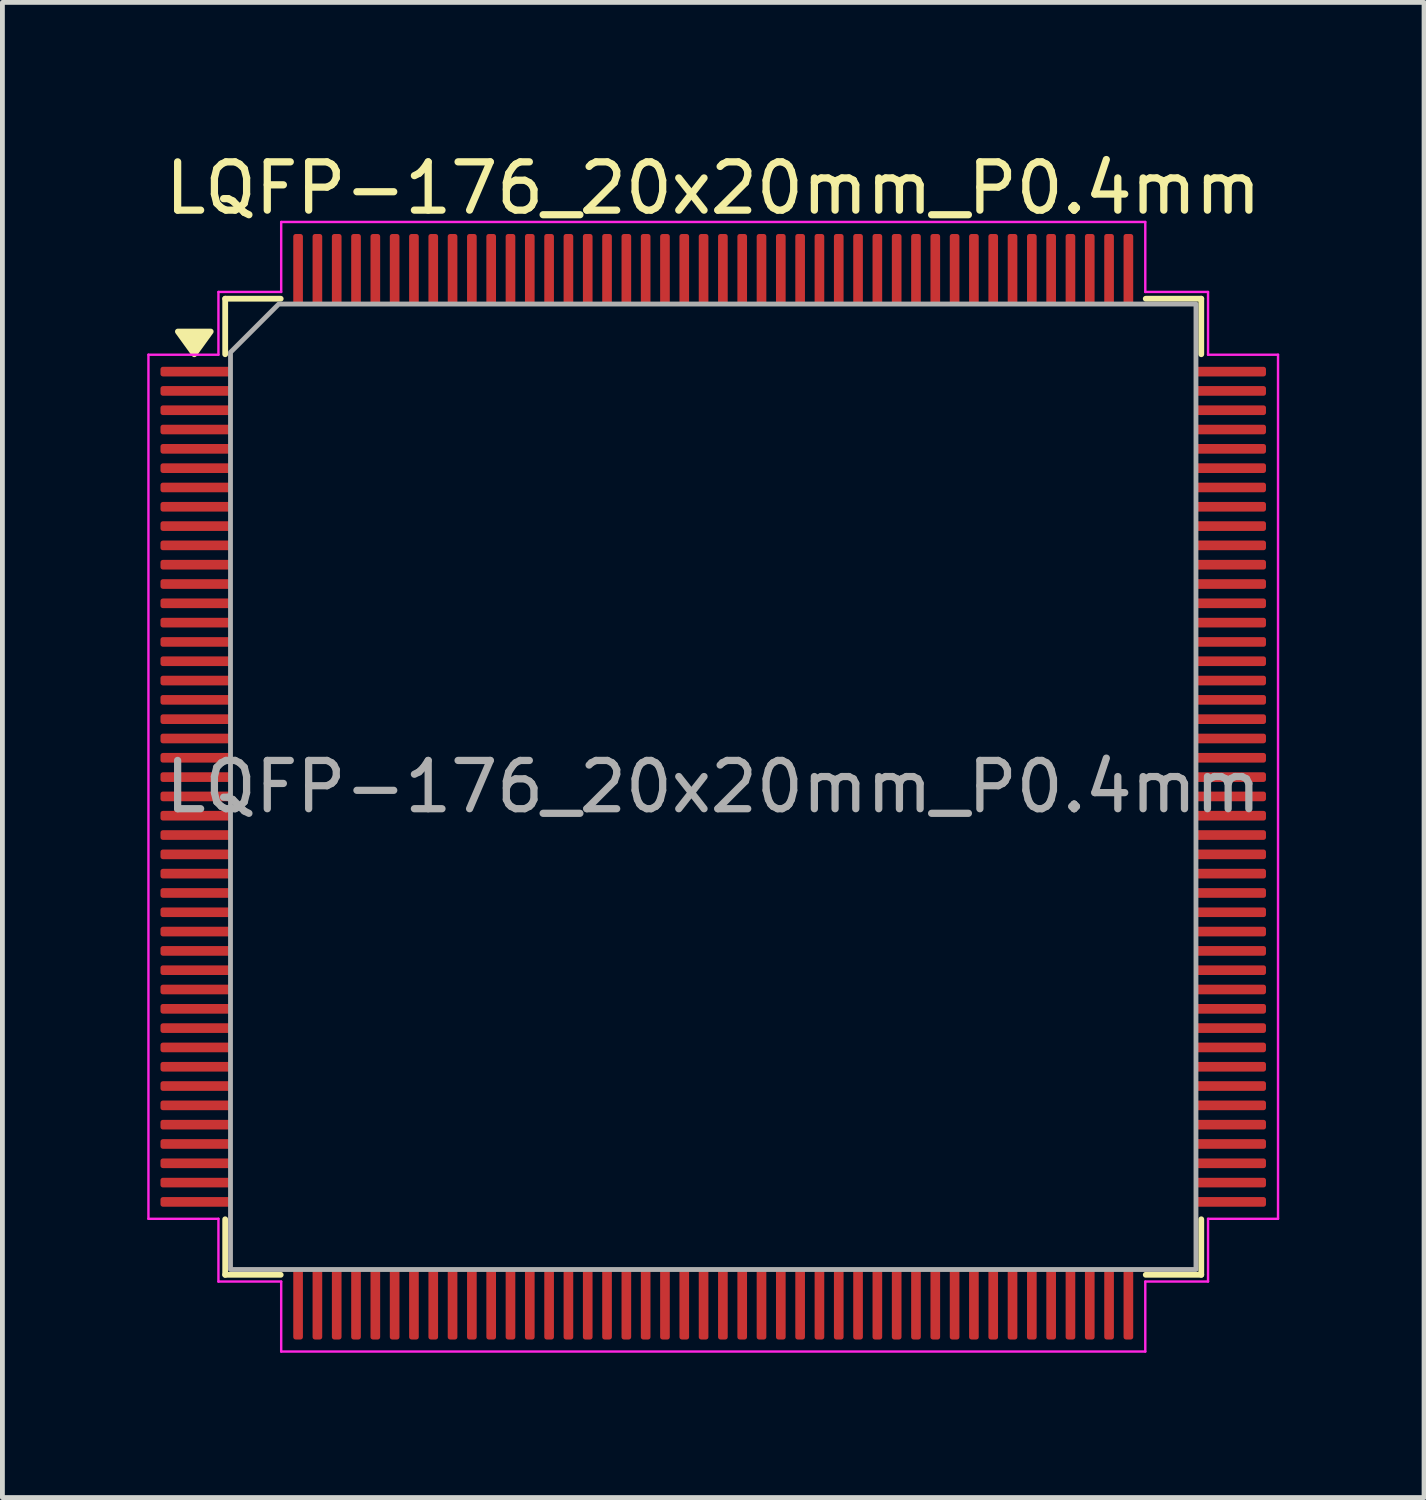
<source format=kicad_pcb>
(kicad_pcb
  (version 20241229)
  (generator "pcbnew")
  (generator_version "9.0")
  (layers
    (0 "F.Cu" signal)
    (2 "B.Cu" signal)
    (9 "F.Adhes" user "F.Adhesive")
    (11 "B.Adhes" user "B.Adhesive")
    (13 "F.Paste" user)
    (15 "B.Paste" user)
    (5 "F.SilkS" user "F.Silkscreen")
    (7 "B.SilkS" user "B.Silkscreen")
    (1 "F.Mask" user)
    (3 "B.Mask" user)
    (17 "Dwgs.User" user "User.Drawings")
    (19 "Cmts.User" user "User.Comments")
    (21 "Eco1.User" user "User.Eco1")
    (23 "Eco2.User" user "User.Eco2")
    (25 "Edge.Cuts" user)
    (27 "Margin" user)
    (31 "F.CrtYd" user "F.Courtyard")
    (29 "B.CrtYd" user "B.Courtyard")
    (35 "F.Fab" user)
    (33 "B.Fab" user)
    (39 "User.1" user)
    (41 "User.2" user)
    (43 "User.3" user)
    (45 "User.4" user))
  (footprint "LQFP-176_20x20mm_P0.4mm"
    (layer "F.Cu")
    (at 11.725 13.248)
    (property "Reference" "LQFP-176_20x20mm_P0.4mm" (at 0 -12.4 0) (layer "F.SilkS") (effects (font (size 1 1) (thickness 0.15))))
    (attr smd)
    (fp_line (start -10.11 -10.11) (end -8.96 -10.11) (stroke (width 0.12) (type solid)) (layer "F.SilkS"))
    (fp_line (start -10.11 -8.96) (end -10.11 -10.11) (stroke (width 0.12) (type solid)) (layer "F.SilkS"))
    (fp_line (start -10.11 10.11) (end -10.11 8.96) (stroke (width 0.12) (type solid)) (layer "F.SilkS"))
    (fp_line (start -8.96 10.11) (end -10.11 10.11) (stroke (width 0.12) (type solid)) (layer "F.SilkS"))
    (fp_line (start 8.96 -10.11) (end 10.11 -10.11) (stroke (width 0.12) (type solid)) (layer "F.SilkS"))
    (fp_line (start 10.11 -10.11) (end 10.11 -8.96) (stroke (width 0.12) (type solid)) (layer "F.SilkS"))
    (fp_line (start 10.11 8.96) (end 10.11 10.11) (stroke (width 0.12) (type solid)) (layer "F.SilkS"))
    (fp_line (start 10.11 10.11) (end 8.96 10.11) (stroke (width 0.12) (type solid)) (layer "F.SilkS"))
    (fp_poly (pts (xy -10.75 -8.96) (xy -11.09 -9.43) (xy -10.41 -9.43)) (stroke (width 0.12) (type solid)) (fill yes) (layer "F.SilkS"))
    (fp_line (start -11.7 -8.95) (end -10.25 -8.95) (stroke (width 0.05) (type solid)) (layer "F.CrtYd"))
    (fp_line (start -11.7 8.95) (end -11.7 -8.95) (stroke (width 0.05) (type solid)) (layer "F.CrtYd"))
    (fp_line (start -10.25 -10.25) (end -8.95 -10.25) (stroke (width 0.05) (type solid)) (layer "F.CrtYd"))
    (fp_line (start -10.25 -8.95) (end -10.25 -10.25) (stroke (width 0.05) (type solid)) (layer "F.CrtYd"))
    (fp_line (start -10.25 8.95) (end -11.7 8.95) (stroke (width 0.05) (type solid)) (layer "F.CrtYd"))
    (fp_line (start -10.25 10.25) (end -10.25 8.95) (stroke (width 0.05) (type solid)) (layer "F.CrtYd"))
    (fp_line (start -8.95 -11.7) (end 8.95 -11.7) (stroke (width 0.05) (type solid)) (layer "F.CrtYd"))
    (fp_line (start -8.95 -10.25) (end -8.95 -11.7) (stroke (width 0.05) (type solid)) (layer "F.CrtYd"))
    (fp_line (start -8.95 10.25) (end -10.25 10.25) (stroke (width 0.05) (type solid)) (layer "F.CrtYd"))
    (fp_line (start -8.95 11.7) (end -8.95 10.25) (stroke (width 0.05) (type solid)) (layer "F.CrtYd"))
    (fp_line (start 8.95 -11.7) (end 8.95 -10.25) (stroke (width 0.05) (type solid)) (layer "F.CrtYd"))
    (fp_line (start 8.95 -10.25) (end 10.25 -10.25) (stroke (width 0.05) (type solid)) (layer "F.CrtYd"))
    (fp_line (start 8.95 10.25) (end 8.95 11.7) (stroke (width 0.05) (type solid)) (layer "F.CrtYd"))
    (fp_line (start 8.95 11.7) (end -8.95 11.7) (stroke (width 0.05) (type solid)) (layer "F.CrtYd"))
    (fp_line (start 10.25 -10.25) (end 10.25 -8.95) (stroke (width 0.05) (type solid)) (layer "F.CrtYd"))
    (fp_line (start 10.25 -8.95) (end 11.7 -8.95) (stroke (width 0.05) (type solid)) (layer "F.CrtYd"))
    (fp_line (start 10.25 8.95) (end 10.25 10.25) (stroke (width 0.05) (type solid)) (layer "F.CrtYd"))
    (fp_line (start 10.25 10.25) (end 8.95 10.25) (stroke (width 0.05) (type solid)) (layer "F.CrtYd"))
    (fp_line (start 11.7 -8.95) (end 11.7 8.95) (stroke (width 0.05) (type solid)) (layer "F.CrtYd"))
    (fp_line (start 11.7 8.95) (end 10.25 8.95) (stroke (width 0.05) (type solid)) (layer "F.CrtYd"))
    (fp_poly (pts (xy -10 -9) (xy -10 10) (xy 10 10) (xy 10 -10) (xy -9 -10)) (stroke (width 0.1) (type solid)) (fill no) (layer "F.Fab"))
    (fp_text user "${REFERENCE}" (at 0 0 0) (layer "F.Fab") (effects (font (size 1 1) (thickness 0.15))))
    (pad "1" smd roundrect (at -10.713 -8.6) (size 1.475 0.2) (layers "F.Cu" "F.Mask" "F.Paste") (roundrect_rratio 0.25))
    (pad "2" smd roundrect (at -10.713 -8.2) (size 1.475 0.2) (layers "F.Cu" "F.Mask" "F.Paste") (roundrect_rratio 0.25))
    (pad "3" smd roundrect (at -10.713 -7.8) (size 1.475 0.2) (layers "F.Cu" "F.Mask" "F.Paste") (roundrect_rratio 0.25))
    (pad "4" smd roundrect (at -10.713 -7.4) (size 1.475 0.2) (layers "F.Cu" "F.Mask" "F.Paste") (roundrect_rratio 0.25))
    (pad "5" smd roundrect (at -10.713 -7) (size 1.475 0.2) (layers "F.Cu" "F.Mask" "F.Paste") (roundrect_rratio 0.25))
    (pad "6" smd roundrect (at -10.713 -6.6) (size 1.475 0.2) (layers "F.Cu" "F.Mask" "F.Paste") (roundrect_rratio 0.25))
    (pad "7" smd roundrect (at -10.713 -6.2) (size 1.475 0.2) (layers "F.Cu" "F.Mask" "F.Paste") (roundrect_rratio 0.25))
    (pad "8" smd roundrect (at -10.713 -5.8) (size 1.475 0.2) (layers "F.Cu" "F.Mask" "F.Paste") (roundrect_rratio 0.25))
    (pad "9" smd roundrect (at -10.713 -5.4) (size 1.475 0.2) (layers "F.Cu" "F.Mask" "F.Paste") (roundrect_rratio 0.25))
    (pad "10" smd roundrect (at -10.713 -5) (size 1.475 0.2) (layers "F.Cu" "F.Mask" "F.Paste") (roundrect_rratio 0.25))
    (pad "11" smd roundrect (at -10.713 -4.6) (size 1.475 0.2) (layers "F.Cu" "F.Mask" "F.Paste") (roundrect_rratio 0.25))
    (pad "12" smd roundrect (at -10.713 -4.2) (size 1.475 0.2) (layers "F.Cu" "F.Mask" "F.Paste") (roundrect_rratio 0.25))
    (pad "13" smd roundrect (at -10.713 -3.8) (size 1.475 0.2) (layers "F.Cu" "F.Mask" "F.Paste") (roundrect_rratio 0.25))
    (pad "14" smd roundrect (at -10.713 -3.4) (size 1.475 0.2) (layers "F.Cu" "F.Mask" "F.Paste") (roundrect_rratio 0.25))
    (pad "15" smd roundrect (at -10.713 -3) (size 1.475 0.2) (layers "F.Cu" "F.Mask" "F.Paste") (roundrect_rratio 0.25))
    (pad "16" smd roundrect (at -10.713 -2.6) (size 1.475 0.2) (layers "F.Cu" "F.Mask" "F.Paste") (roundrect_rratio 0.25))
    (pad "17" smd roundrect (at -10.713 -2.2) (size 1.475 0.2) (layers "F.Cu" "F.Mask" "F.Paste") (roundrect_rratio 0.25))
    (pad "18" smd roundrect (at -10.713 -1.8) (size 1.475 0.2) (layers "F.Cu" "F.Mask" "F.Paste") (roundrect_rratio 0.25))
    (pad "19" smd roundrect (at -10.713 -1.4) (size 1.475 0.2) (layers "F.Cu" "F.Mask" "F.Paste") (roundrect_rratio 0.25))
    (pad "20" smd roundrect (at -10.713 -1) (size 1.475 0.2) (layers "F.Cu" "F.Mask" "F.Paste") (roundrect_rratio 0.25))
    (pad "21" smd roundrect (at -10.713 -0.6) (size 1.475 0.2) (layers "F.Cu" "F.Mask" "F.Paste") (roundrect_rratio 0.25))
    (pad "22" smd roundrect (at -10.713 -0.2) (size 1.475 0.2) (layers "F.Cu" "F.Mask" "F.Paste") (roundrect_rratio 0.25))
    (pad "23" smd roundrect (at -10.713 0.2) (size 1.475 0.2) (layers "F.Cu" "F.Mask" "F.Paste") (roundrect_rratio 0.25))
    (pad "24" smd roundrect (at -10.713 0.6) (size 1.475 0.2) (layers "F.Cu" "F.Mask" "F.Paste") (roundrect_rratio 0.25))
    (pad "25" smd roundrect (at -10.713 1) (size 1.475 0.2) (layers "F.Cu" "F.Mask" "F.Paste") (roundrect_rratio 0.25))
    (pad "26" smd roundrect (at -10.713 1.4) (size 1.475 0.2) (layers "F.Cu" "F.Mask" "F.Paste") (roundrect_rratio 0.25))
    (pad "27" smd roundrect (at -10.713 1.8) (size 1.475 0.2) (layers "F.Cu" "F.Mask" "F.Paste") (roundrect_rratio 0.25))
    (pad "28" smd roundrect (at -10.713 2.2) (size 1.475 0.2) (layers "F.Cu" "F.Mask" "F.Paste") (roundrect_rratio 0.25))
    (pad "29" smd roundrect (at -10.713 2.6) (size 1.475 0.2) (layers "F.Cu" "F.Mask" "F.Paste") (roundrect_rratio 0.25))
    (pad "30" smd roundrect (at -10.713 3) (size 1.475 0.2) (layers "F.Cu" "F.Mask" "F.Paste") (roundrect_rratio 0.25))
    (pad "31" smd roundrect (at -10.713 3.4) (size 1.475 0.2) (layers "F.Cu" "F.Mask" "F.Paste") (roundrect_rratio 0.25))
    (pad "32" smd roundrect (at -10.713 3.8) (size 1.475 0.2) (layers "F.Cu" "F.Mask" "F.Paste") (roundrect_rratio 0.25))
    (pad "33" smd roundrect (at -10.713 4.2) (size 1.475 0.2) (layers "F.Cu" "F.Mask" "F.Paste") (roundrect_rratio 0.25))
    (pad "34" smd roundrect (at -10.713 4.6) (size 1.475 0.2) (layers "F.Cu" "F.Mask" "F.Paste") (roundrect_rratio 0.25))
    (pad "35" smd roundrect (at -10.713 5) (size 1.475 0.2) (layers "F.Cu" "F.Mask" "F.Paste") (roundrect_rratio 0.25))
    (pad "36" smd roundrect (at -10.713 5.4) (size 1.475 0.2) (layers "F.Cu" "F.Mask" "F.Paste") (roundrect_rratio 0.25))
    (pad "37" smd roundrect (at -10.713 5.8) (size 1.475 0.2) (layers "F.Cu" "F.Mask" "F.Paste") (roundrect_rratio 0.25))
    (pad "38" smd roundrect (at -10.713 6.2) (size 1.475 0.2) (layers "F.Cu" "F.Mask" "F.Paste") (roundrect_rratio 0.25))
    (pad "39" smd roundrect (at -10.713 6.6) (size 1.475 0.2) (layers "F.Cu" "F.Mask" "F.Paste") (roundrect_rratio 0.25))
    (pad "40" smd roundrect (at -10.713 7) (size 1.475 0.2) (layers "F.Cu" "F.Mask" "F.Paste") (roundrect_rratio 0.25))
    (pad "41" smd roundrect (at -10.713 7.4) (size 1.475 0.2) (layers "F.Cu" "F.Mask" "F.Paste") (roundrect_rratio 0.25))
    (pad "42" smd roundrect (at -10.713 7.8) (size 1.475 0.2) (layers "F.Cu" "F.Mask" "F.Paste") (roundrect_rratio 0.25))
    (pad "43" smd roundrect (at -10.713 8.2) (size 1.475 0.2) (layers "F.Cu" "F.Mask" "F.Paste") (roundrect_rratio 0.25))
    (pad "44" smd roundrect (at -10.713 8.6) (size 1.475 0.2) (layers "F.Cu" "F.Mask" "F.Paste") (roundrect_rratio 0.25))
    (pad "45" smd roundrect (at -8.6 10.713) (size 0.2 1.475) (layers "F.Cu" "F.Mask" "F.Paste") (roundrect_rratio 0.25))
    (pad "46" smd roundrect (at -8.2 10.713) (size 0.2 1.475) (layers "F.Cu" "F.Mask" "F.Paste") (roundrect_rratio 0.25))
    (pad "47" smd roundrect (at -7.8 10.713) (size 0.2 1.475) (layers "F.Cu" "F.Mask" "F.Paste") (roundrect_rratio 0.25))
    (pad "48" smd roundrect (at -7.4 10.713) (size 0.2 1.475) (layers "F.Cu" "F.Mask" "F.Paste") (roundrect_rratio 0.25))
    (pad "49" smd roundrect (at -7 10.713) (size 0.2 1.475) (layers "F.Cu" "F.Mask" "F.Paste") (roundrect_rratio 0.25))
    (pad "50" smd roundrect (at -6.6 10.713) (size 0.2 1.475) (layers "F.Cu" "F.Mask" "F.Paste") (roundrect_rratio 0.25))
    (pad "51" smd roundrect (at -6.2 10.713) (size 0.2 1.475) (layers "F.Cu" "F.Mask" "F.Paste") (roundrect_rratio 0.25))
    (pad "52" smd roundrect (at -5.8 10.713) (size 0.2 1.475) (layers "F.Cu" "F.Mask" "F.Paste") (roundrect_rratio 0.25))
    (pad "53" smd roundrect (at -5.4 10.713) (size 0.2 1.475) (layers "F.Cu" "F.Mask" "F.Paste") (roundrect_rratio 0.25))
    (pad "54" smd roundrect (at -5 10.713) (size 0.2 1.475) (layers "F.Cu" "F.Mask" "F.Paste") (roundrect_rratio 0.25))
    (pad "55" smd roundrect (at -4.6 10.713) (size 0.2 1.475) (layers "F.Cu" "F.Mask" "F.Paste") (roundrect_rratio 0.25))
    (pad "56" smd roundrect (at -4.2 10.713) (size 0.2 1.475) (layers "F.Cu" "F.Mask" "F.Paste") (roundrect_rratio 0.25))
    (pad "57" smd roundrect (at -3.8 10.713) (size 0.2 1.475) (layers "F.Cu" "F.Mask" "F.Paste") (roundrect_rratio 0.25))
    (pad "58" smd roundrect (at -3.4 10.713) (size 0.2 1.475) (layers "F.Cu" "F.Mask" "F.Paste") (roundrect_rratio 0.25))
    (pad "59" smd roundrect (at -3 10.713) (size 0.2 1.475) (layers "F.Cu" "F.Mask" "F.Paste") (roundrect_rratio 0.25))
    (pad "60" smd roundrect (at -2.6 10.713) (size 0.2 1.475) (layers "F.Cu" "F.Mask" "F.Paste") (roundrect_rratio 0.25))
    (pad "61" smd roundrect (at -2.2 10.713) (size 0.2 1.475) (layers "F.Cu" "F.Mask" "F.Paste") (roundrect_rratio 0.25))
    (pad "62" smd roundrect (at -1.8 10.713) (size 0.2 1.475) (layers "F.Cu" "F.Mask" "F.Paste") (roundrect_rratio 0.25))
    (pad "63" smd roundrect (at -1.4 10.713) (size 0.2 1.475) (layers "F.Cu" "F.Mask" "F.Paste") (roundrect_rratio 0.25))
    (pad "64" smd roundrect (at -1 10.713) (size 0.2 1.475) (layers "F.Cu" "F.Mask" "F.Paste") (roundrect_rratio 0.25))
    (pad "65" smd roundrect (at -0.6 10.713) (size 0.2 1.475) (layers "F.Cu" "F.Mask" "F.Paste") (roundrect_rratio 0.25))
    (pad "66" smd roundrect (at -0.2 10.713) (size 0.2 1.475) (layers "F.Cu" "F.Mask" "F.Paste") (roundrect_rratio 0.25))
    (pad "67" smd roundrect (at 0.2 10.713) (size 0.2 1.475) (layers "F.Cu" "F.Mask" "F.Paste") (roundrect_rratio 0.25))
    (pad "68" smd roundrect (at 0.6 10.713) (size 0.2 1.475) (layers "F.Cu" "F.Mask" "F.Paste") (roundrect_rratio 0.25))
    (pad "69" smd roundrect (at 1 10.713) (size 0.2 1.475) (layers "F.Cu" "F.Mask" "F.Paste") (roundrect_rratio 0.25))
    (pad "70" smd roundrect (at 1.4 10.713) (size 0.2 1.475) (layers "F.Cu" "F.Mask" "F.Paste") (roundrect_rratio 0.25))
    (pad "71" smd roundrect (at 1.8 10.713) (size 0.2 1.475) (layers "F.Cu" "F.Mask" "F.Paste") (roundrect_rratio 0.25))
    (pad "72" smd roundrect (at 2.2 10.713) (size 0.2 1.475) (layers "F.Cu" "F.Mask" "F.Paste") (roundrect_rratio 0.25))
    (pad "73" smd roundrect (at 2.6 10.713) (size 0.2 1.475) (layers "F.Cu" "F.Mask" "F.Paste") (roundrect_rratio 0.25))
    (pad "74" smd roundrect (at 3 10.713) (size 0.2 1.475) (layers "F.Cu" "F.Mask" "F.Paste") (roundrect_rratio 0.25))
    (pad "75" smd roundrect (at 3.4 10.713) (size 0.2 1.475) (layers "F.Cu" "F.Mask" "F.Paste") (roundrect_rratio 0.25))
    (pad "76" smd roundrect (at 3.8 10.713) (size 0.2 1.475) (layers "F.Cu" "F.Mask" "F.Paste") (roundrect_rratio 0.25))
    (pad "77" smd roundrect (at 4.2 10.713) (size 0.2 1.475) (layers "F.Cu" "F.Mask" "F.Paste") (roundrect_rratio 0.25))
    (pad "78" smd roundrect (at 4.6 10.713) (size 0.2 1.475) (layers "F.Cu" "F.Mask" "F.Paste") (roundrect_rratio 0.25))
    (pad "79" smd roundrect (at 5 10.713) (size 0.2 1.475) (layers "F.Cu" "F.Mask" "F.Paste") (roundrect_rratio 0.25))
    (pad "80" smd roundrect (at 5.4 10.713) (size 0.2 1.475) (layers "F.Cu" "F.Mask" "F.Paste") (roundrect_rratio 0.25))
    (pad "81" smd roundrect (at 5.8 10.713) (size 0.2 1.475) (layers "F.Cu" "F.Mask" "F.Paste") (roundrect_rratio 0.25))
    (pad "82" smd roundrect (at 6.2 10.713) (size 0.2 1.475) (layers "F.Cu" "F.Mask" "F.Paste") (roundrect_rratio 0.25))
    (pad "83" smd roundrect (at 6.6 10.713) (size 0.2 1.475) (layers "F.Cu" "F.Mask" "F.Paste") (roundrect_rratio 0.25))
    (pad "84" smd roundrect (at 7 10.713) (size 0.2 1.475) (layers "F.Cu" "F.Mask" "F.Paste") (roundrect_rratio 0.25))
    (pad "85" smd roundrect (at 7.4 10.713) (size 0.2 1.475) (layers "F.Cu" "F.Mask" "F.Paste") (roundrect_rratio 0.25))
    (pad "86" smd roundrect (at 7.8 10.713) (size 0.2 1.475) (layers "F.Cu" "F.Mask" "F.Paste") (roundrect_rratio 0.25))
    (pad "87" smd roundrect (at 8.2 10.713) (size 0.2 1.475) (layers "F.Cu" "F.Mask" "F.Paste") (roundrect_rratio 0.25))
    (pad "88" smd roundrect (at 8.6 10.713) (size 0.2 1.475) (layers "F.Cu" "F.Mask" "F.Paste") (roundrect_rratio 0.25))
    (pad "89" smd roundrect (at 10.713 8.6) (size 1.475 0.2) (layers "F.Cu" "F.Mask" "F.Paste") (roundrect_rratio 0.25))
    (pad "90" smd roundrect (at 10.713 8.2) (size 1.475 0.2) (layers "F.Cu" "F.Mask" "F.Paste") (roundrect_rratio 0.25))
    (pad "91" smd roundrect (at 10.713 7.8) (size 1.475 0.2) (layers "F.Cu" "F.Mask" "F.Paste") (roundrect_rratio 0.25))
    (pad "92" smd roundrect (at 10.713 7.4) (size 1.475 0.2) (layers "F.Cu" "F.Mask" "F.Paste") (roundrect_rratio 0.25))
    (pad "93" smd roundrect (at 10.713 7) (size 1.475 0.2) (layers "F.Cu" "F.Mask" "F.Paste") (roundrect_rratio 0.25))
    (pad "94" smd roundrect (at 10.713 6.6) (size 1.475 0.2) (layers "F.Cu" "F.Mask" "F.Paste") (roundrect_rratio 0.25))
    (pad "95" smd roundrect (at 10.713 6.2) (size 1.475 0.2) (layers "F.Cu" "F.Mask" "F.Paste") (roundrect_rratio 0.25))
    (pad "96" smd roundrect (at 10.713 5.8) (size 1.475 0.2) (layers "F.Cu" "F.Mask" "F.Paste") (roundrect_rratio 0.25))
    (pad "97" smd roundrect (at 10.713 5.4) (size 1.475 0.2) (layers "F.Cu" "F.Mask" "F.Paste") (roundrect_rratio 0.25))
    (pad "98" smd roundrect (at 10.713 5) (size 1.475 0.2) (layers "F.Cu" "F.Mask" "F.Paste") (roundrect_rratio 0.25))
    (pad "99" smd roundrect (at 10.713 4.6) (size 1.475 0.2) (layers "F.Cu" "F.Mask" "F.Paste") (roundrect_rratio 0.25))
    (pad "100" smd roundrect (at 10.713 4.2) (size 1.475 0.2) (layers "F.Cu" "F.Mask" "F.Paste") (roundrect_rratio 0.25))
    (pad "101" smd roundrect (at 10.713 3.8) (size 1.475 0.2) (layers "F.Cu" "F.Mask" "F.Paste") (roundrect_rratio 0.25))
    (pad "102" smd roundrect (at 10.713 3.4) (size 1.475 0.2) (layers "F.Cu" "F.Mask" "F.Paste") (roundrect_rratio 0.25))
    (pad "103" smd roundrect (at 10.713 3) (size 1.475 0.2) (layers "F.Cu" "F.Mask" "F.Paste") (roundrect_rratio 0.25))
    (pad "104" smd roundrect (at 10.713 2.6) (size 1.475 0.2) (layers "F.Cu" "F.Mask" "F.Paste") (roundrect_rratio 0.25))
    (pad "105" smd roundrect (at 10.713 2.2) (size 1.475 0.2) (layers "F.Cu" "F.Mask" "F.Paste") (roundrect_rratio 0.25))
    (pad "106" smd roundrect (at 10.713 1.8) (size 1.475 0.2) (layers "F.Cu" "F.Mask" "F.Paste") (roundrect_rratio 0.25))
    (pad "107" smd roundrect (at 10.713 1.4) (size 1.475 0.2) (layers "F.Cu" "F.Mask" "F.Paste") (roundrect_rratio 0.25))
    (pad "108" smd roundrect (at 10.713 1) (size 1.475 0.2) (layers "F.Cu" "F.Mask" "F.Paste") (roundrect_rratio 0.25))
    (pad "109" smd roundrect (at 10.713 0.6) (size 1.475 0.2) (layers "F.Cu" "F.Mask" "F.Paste") (roundrect_rratio 0.25))
    (pad "110" smd roundrect (at 10.713 0.2) (size 1.475 0.2) (layers "F.Cu" "F.Mask" "F.Paste") (roundrect_rratio 0.25))
    (pad "111" smd roundrect (at 10.713 -0.2) (size 1.475 0.2) (layers "F.Cu" "F.Mask" "F.Paste") (roundrect_rratio 0.25))
    (pad "112" smd roundrect (at 10.713 -0.6) (size 1.475 0.2) (layers "F.Cu" "F.Mask" "F.Paste") (roundrect_rratio 0.25))
    (pad "113" smd roundrect (at 10.713 -1) (size 1.475 0.2) (layers "F.Cu" "F.Mask" "F.Paste") (roundrect_rratio 0.25))
    (pad "114" smd roundrect (at 10.713 -1.4) (size 1.475 0.2) (layers "F.Cu" "F.Mask" "F.Paste") (roundrect_rratio 0.25))
    (pad "115" smd roundrect (at 10.713 -1.8) (size 1.475 0.2) (layers "F.Cu" "F.Mask" "F.Paste") (roundrect_rratio 0.25))
    (pad "116" smd roundrect (at 10.713 -2.2) (size 1.475 0.2) (layers "F.Cu" "F.Mask" "F.Paste") (roundrect_rratio 0.25))
    (pad "117" smd roundrect (at 10.713 -2.6) (size 1.475 0.2) (layers "F.Cu" "F.Mask" "F.Paste") (roundrect_rratio 0.25))
    (pad "118" smd roundrect (at 10.713 -3) (size 1.475 0.2) (layers "F.Cu" "F.Mask" "F.Paste") (roundrect_rratio 0.25))
    (pad "119" smd roundrect (at 10.713 -3.4) (size 1.475 0.2) (layers "F.Cu" "F.Mask" "F.Paste") (roundrect_rratio 0.25))
    (pad "120" smd roundrect (at 10.713 -3.8) (size 1.475 0.2) (layers "F.Cu" "F.Mask" "F.Paste") (roundrect_rratio 0.25))
    (pad "121" smd roundrect (at 10.713 -4.2) (size 1.475 0.2) (layers "F.Cu" "F.Mask" "F.Paste") (roundrect_rratio 0.25))
    (pad "122" smd roundrect (at 10.713 -4.6) (size 1.475 0.2) (layers "F.Cu" "F.Mask" "F.Paste") (roundrect_rratio 0.25))
    (pad "123" smd roundrect (at 10.713 -5) (size 1.475 0.2) (layers "F.Cu" "F.Mask" "F.Paste") (roundrect_rratio 0.25))
    (pad "124" smd roundrect (at 10.713 -5.4) (size 1.475 0.2) (layers "F.Cu" "F.Mask" "F.Paste") (roundrect_rratio 0.25))
    (pad "125" smd roundrect (at 10.713 -5.8) (size 1.475 0.2) (layers "F.Cu" "F.Mask" "F.Paste") (roundrect_rratio 0.25))
    (pad "126" smd roundrect (at 10.713 -6.2) (size 1.475 0.2) (layers "F.Cu" "F.Mask" "F.Paste") (roundrect_rratio 0.25))
    (pad "127" smd roundrect (at 10.713 -6.6) (size 1.475 0.2) (layers "F.Cu" "F.Mask" "F.Paste") (roundrect_rratio 0.25))
    (pad "128" smd roundrect (at 10.713 -7) (size 1.475 0.2) (layers "F.Cu" "F.Mask" "F.Paste") (roundrect_rratio 0.25))
    (pad "129" smd roundrect (at 10.713 -7.4) (size 1.475 0.2) (layers "F.Cu" "F.Mask" "F.Paste") (roundrect_rratio 0.25))
    (pad "130" smd roundrect (at 10.713 -7.8) (size 1.475 0.2) (layers "F.Cu" "F.Mask" "F.Paste") (roundrect_rratio 0.25))
    (pad "131" smd roundrect (at 10.713 -8.2) (size 1.475 0.2) (layers "F.Cu" "F.Mask" "F.Paste") (roundrect_rratio 0.25))
    (pad "132" smd roundrect (at 10.713 -8.6) (size 1.475 0.2) (layers "F.Cu" "F.Mask" "F.Paste") (roundrect_rratio 0.25))
    (pad "133" smd roundrect (at 8.6 -10.713) (size 0.2 1.475) (layers "F.Cu" "F.Mask" "F.Paste") (roundrect_rratio 0.25))
    (pad "134" smd roundrect (at 8.2 -10.713) (size 0.2 1.475) (layers "F.Cu" "F.Mask" "F.Paste") (roundrect_rratio 0.25))
    (pad "135" smd roundrect (at 7.8 -10.713) (size 0.2 1.475) (layers "F.Cu" "F.Mask" "F.Paste") (roundrect_rratio 0.25))
    (pad "136" smd roundrect (at 7.4 -10.713) (size 0.2 1.475) (layers "F.Cu" "F.Mask" "F.Paste") (roundrect_rratio 0.25))
    (pad "137" smd roundrect (at 7 -10.713) (size 0.2 1.475) (layers "F.Cu" "F.Mask" "F.Paste") (roundrect_rratio 0.25))
    (pad "138" smd roundrect (at 6.6 -10.713) (size 0.2 1.475) (layers "F.Cu" "F.Mask" "F.Paste") (roundrect_rratio 0.25))
    (pad "139" smd roundrect (at 6.2 -10.713) (size 0.2 1.475) (layers "F.Cu" "F.Mask" "F.Paste") (roundrect_rratio 0.25))
    (pad "140" smd roundrect (at 5.8 -10.713) (size 0.2 1.475) (layers "F.Cu" "F.Mask" "F.Paste") (roundrect_rratio 0.25))
    (pad "141" smd roundrect (at 5.4 -10.713) (size 0.2 1.475) (layers "F.Cu" "F.Mask" "F.Paste") (roundrect_rratio 0.25))
    (pad "142" smd roundrect (at 5 -10.713) (size 0.2 1.475) (layers "F.Cu" "F.Mask" "F.Paste") (roundrect_rratio 0.25))
    (pad "143" smd roundrect (at 4.6 -10.713) (size 0.2 1.475) (layers "F.Cu" "F.Mask" "F.Paste") (roundrect_rratio 0.25))
    (pad "144" smd roundrect (at 4.2 -10.713) (size 0.2 1.475) (layers "F.Cu" "F.Mask" "F.Paste") (roundrect_rratio 0.25))
    (pad "145" smd roundrect (at 3.8 -10.713) (size 0.2 1.475) (layers "F.Cu" "F.Mask" "F.Paste") (roundrect_rratio 0.25))
    (pad "146" smd roundrect (at 3.4 -10.713) (size 0.2 1.475) (layers "F.Cu" "F.Mask" "F.Paste") (roundrect_rratio 0.25))
    (pad "147" smd roundrect (at 3 -10.713) (size 0.2 1.475) (layers "F.Cu" "F.Mask" "F.Paste") (roundrect_rratio 0.25))
    (pad "148" smd roundrect (at 2.6 -10.713) (size 0.2 1.475) (layers "F.Cu" "F.Mask" "F.Paste") (roundrect_rratio 0.25))
    (pad "149" smd roundrect (at 2.2 -10.713) (size 0.2 1.475) (layers "F.Cu" "F.Mask" "F.Paste") (roundrect_rratio 0.25))
    (pad "150" smd roundrect (at 1.8 -10.713) (size 0.2 1.475) (layers "F.Cu" "F.Mask" "F.Paste") (roundrect_rratio 0.25))
    (pad "151" smd roundrect (at 1.4 -10.713) (size 0.2 1.475) (layers "F.Cu" "F.Mask" "F.Paste") (roundrect_rratio 0.25))
    (pad "152" smd roundrect (at 1 -10.713) (size 0.2 1.475) (layers "F.Cu" "F.Mask" "F.Paste") (roundrect_rratio 0.25))
    (pad "153" smd roundrect (at 0.6 -10.713) (size 0.2 1.475) (layers "F.Cu" "F.Mask" "F.Paste") (roundrect_rratio 0.25))
    (pad "154" smd roundrect (at 0.2 -10.713) (size 0.2 1.475) (layers "F.Cu" "F.Mask" "F.Paste") (roundrect_rratio 0.25))
    (pad "155" smd roundrect (at -0.2 -10.713) (size 0.2 1.475) (layers "F.Cu" "F.Mask" "F.Paste") (roundrect_rratio 0.25))
    (pad "156" smd roundrect (at -0.6 -10.713) (size 0.2 1.475) (layers "F.Cu" "F.Mask" "F.Paste") (roundrect_rratio 0.25))
    (pad "157" smd roundrect (at -1 -10.713) (size 0.2 1.475) (layers "F.Cu" "F.Mask" "F.Paste") (roundrect_rratio 0.25))
    (pad "158" smd roundrect (at -1.4 -10.713) (size 0.2 1.475) (layers "F.Cu" "F.Mask" "F.Paste") (roundrect_rratio 0.25))
    (pad "159" smd roundrect (at -1.8 -10.713) (size 0.2 1.475) (layers "F.Cu" "F.Mask" "F.Paste") (roundrect_rratio 0.25))
    (pad "160" smd roundrect (at -2.2 -10.713) (size 0.2 1.475) (layers "F.Cu" "F.Mask" "F.Paste") (roundrect_rratio 0.25))
    (pad "161" smd roundrect (at -2.6 -10.713) (size 0.2 1.475) (layers "F.Cu" "F.Mask" "F.Paste") (roundrect_rratio 0.25))
    (pad "162" smd roundrect (at -3 -10.713) (size 0.2 1.475) (layers "F.Cu" "F.Mask" "F.Paste") (roundrect_rratio 0.25))
    (pad "163" smd roundrect (at -3.4 -10.713) (size 0.2 1.475) (layers "F.Cu" "F.Mask" "F.Paste") (roundrect_rratio 0.25))
    (pad "164" smd roundrect (at -3.8 -10.713) (size 0.2 1.475) (layers "F.Cu" "F.Mask" "F.Paste") (roundrect_rratio 0.25))
    (pad "165" smd roundrect (at -4.2 -10.713) (size 0.2 1.475) (layers "F.Cu" "F.Mask" "F.Paste") (roundrect_rratio 0.25))
    (pad "166" smd roundrect (at -4.6 -10.713) (size 0.2 1.475) (layers "F.Cu" "F.Mask" "F.Paste") (roundrect_rratio 0.25))
    (pad "167" smd roundrect (at -5 -10.713) (size 0.2 1.475) (layers "F.Cu" "F.Mask" "F.Paste") (roundrect_rratio 0.25))
    (pad "168" smd roundrect (at -5.4 -10.713) (size 0.2 1.475) (layers "F.Cu" "F.Mask" "F.Paste") (roundrect_rratio 0.25))
    (pad "169" smd roundrect (at -5.8 -10.713) (size 0.2 1.475) (layers "F.Cu" "F.Mask" "F.Paste") (roundrect_rratio 0.25))
    (pad "170" smd roundrect (at -6.2 -10.713) (size 0.2 1.475) (layers "F.Cu" "F.Mask" "F.Paste") (roundrect_rratio 0.25))
    (pad "171" smd roundrect (at -6.6 -10.713) (size 0.2 1.475) (layers "F.Cu" "F.Mask" "F.Paste") (roundrect_rratio 0.25))
    (pad "172" smd roundrect (at -7 -10.713) (size 0.2 1.475) (layers "F.Cu" "F.Mask" "F.Paste") (roundrect_rratio 0.25))
    (pad "173" smd roundrect (at -7.4 -10.713) (size 0.2 1.475) (layers "F.Cu" "F.Mask" "F.Paste") (roundrect_rratio 0.25))
    (pad "174" smd roundrect (at -7.8 -10.713) (size 0.2 1.475) (layers "F.Cu" "F.Mask" "F.Paste") (roundrect_rratio 0.25))
    (pad "175" smd roundrect (at -8.2 -10.713) (size 0.2 1.475) (layers "F.Cu" "F.Mask" "F.Paste") (roundrect_rratio 0.25))
    (pad "176" smd roundrect (at -8.6 -10.713) (size 0.2 1.475) (layers "F.Cu" "F.Mask" "F.Paste") (roundrect_rratio 0.25)))
  (gr_rect
    (start -3 -3)
    (end 26.45 27.973)
    (stroke (width 0.1) (type default))
    (fill no)
    (layer "Edge.Cuts")))
</source>
